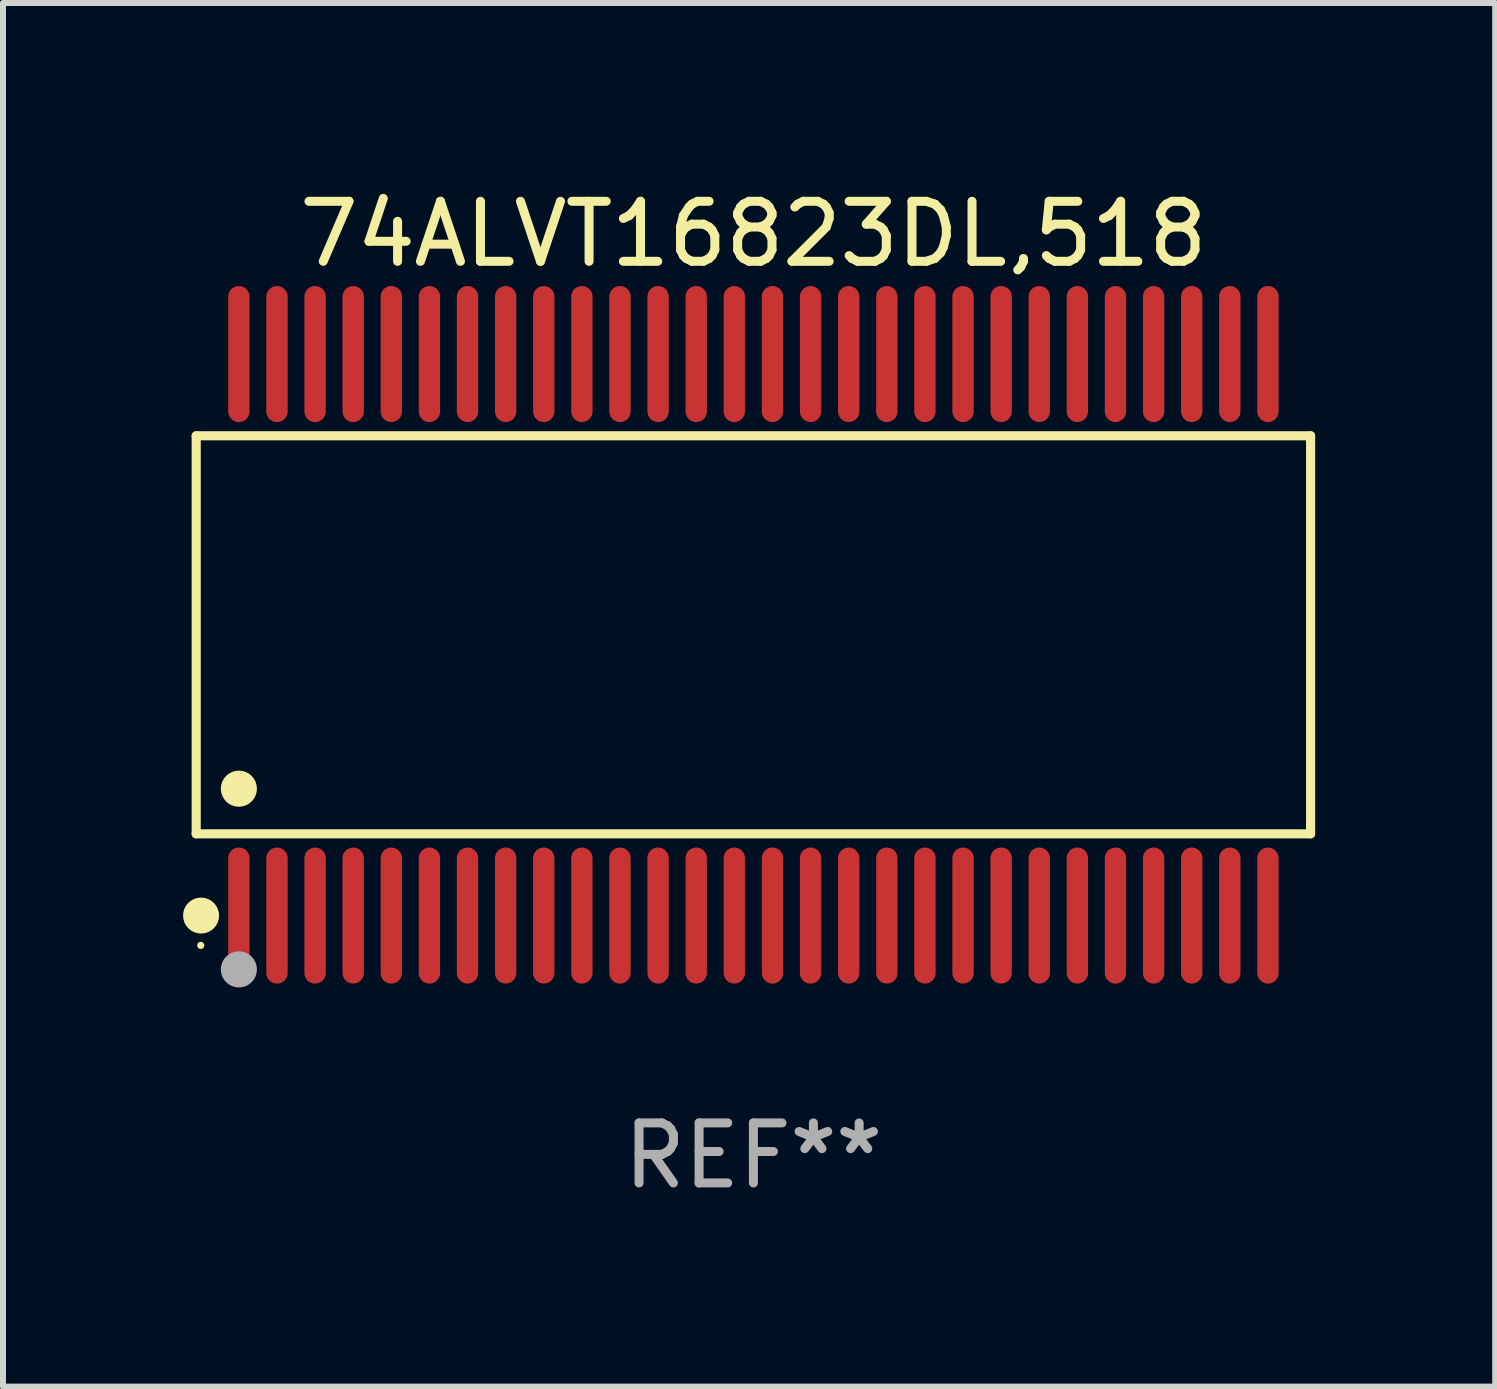
<source format=kicad_pcb>
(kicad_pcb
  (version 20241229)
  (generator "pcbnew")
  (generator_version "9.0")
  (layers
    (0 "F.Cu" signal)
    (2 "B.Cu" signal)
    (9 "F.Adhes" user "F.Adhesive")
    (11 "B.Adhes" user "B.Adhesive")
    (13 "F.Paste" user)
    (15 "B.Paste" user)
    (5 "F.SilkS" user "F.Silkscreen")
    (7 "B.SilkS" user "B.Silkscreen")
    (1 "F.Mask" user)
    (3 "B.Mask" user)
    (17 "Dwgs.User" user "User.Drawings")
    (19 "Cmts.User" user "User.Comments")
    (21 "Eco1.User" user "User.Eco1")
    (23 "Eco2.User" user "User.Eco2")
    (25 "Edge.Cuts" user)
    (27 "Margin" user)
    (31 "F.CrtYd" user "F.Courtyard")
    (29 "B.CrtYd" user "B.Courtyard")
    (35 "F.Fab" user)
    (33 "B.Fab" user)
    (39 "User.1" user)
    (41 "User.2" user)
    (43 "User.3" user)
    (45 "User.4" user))
  (footprint "74ALVT16823DL,518"
    (layer "F.Cu")
    (at 9.503 7.527)
    (property "Reference" "74ALVT16823DL,518" (at 0 -6.678 0) (layer "F.SilkS") (effects (font (size 1 1) (thickness 0.15))))
    (attr through_hole)
    (fp_line (start -9.284 -3.316) (end 9.284 -3.316) (stroke (width 0.152) (type solid)) (layer "F.SilkS"))
    (fp_line (start -9.284 3.316) (end -9.284 -3.316) (stroke (width 0.152) (type solid)) (layer "F.SilkS"))
    (fp_line (start 9.284 -3.316) (end 9.284 3.316) (stroke (width 0.152) (type solid)) (layer "F.SilkS"))
    (fp_line (start 9.284 3.316) (end -9.284 3.316) (stroke (width 0.152) (type solid)) (layer "F.SilkS"))
    (fp_circle (center -9.208 5.175) (end -9.178 5.175) (stroke (width 0.06) (type solid)) (fill no) (layer "F.SilkS"))
    (fp_circle (center -9.203 4.678) (end -9.053 4.678) (stroke (width 0.3) (type solid)) (fill no) (layer "F.SilkS"))
    (fp_circle (center -8.573 2.564) (end -8.422 2.564) (stroke (width 0.3) (type solid)) (fill no) (layer "F.SilkS"))
    (fp_circle (center -8.573 5.575) (end -8.422 5.575) (stroke (width 0.3) (type solid)) (fill no) (layer "F.Fab"))
    (fp_text user "REF**" (at 0 8.678 0) (layer "F.Fab") (effects (font (size 1 1) (thickness 0.15))))
    (pad "1" smd oval (at -8.573 4.678) (size 0.356 2.267) (layers "F.Cu" "F.Mask" "F.Paste"))
    (pad "2" smd oval (at -7.938 4.678) (size 0.356 2.267) (layers "F.Cu" "F.Mask" "F.Paste"))
    (pad "3" smd oval (at -7.303 4.678) (size 0.356 2.267) (layers "F.Cu" "F.Mask" "F.Paste"))
    (pad "4" smd oval (at -6.668 4.678) (size 0.356 2.267) (layers "F.Cu" "F.Mask" "F.Paste"))
    (pad "5" smd oval (at -6.033 4.678) (size 0.356 2.267) (layers "F.Cu" "F.Mask" "F.Paste"))
    (pad "6" smd oval (at -5.398 4.678) (size 0.356 2.267) (layers "F.Cu" "F.Mask" "F.Paste"))
    (pad "7" smd oval (at -4.763 4.678) (size 0.356 2.267) (layers "F.Cu" "F.Mask" "F.Paste"))
    (pad "8" smd oval (at -4.128 4.678) (size 0.356 2.267) (layers "F.Cu" "F.Mask" "F.Paste"))
    (pad "9" smd oval (at -3.493 4.678) (size 0.356 2.267) (layers "F.Cu" "F.Mask" "F.Paste"))
    (pad "10" smd oval (at -2.858 4.678) (size 0.356 2.267) (layers "F.Cu" "F.Mask" "F.Paste"))
    (pad "11" smd oval (at -2.223 4.678) (size 0.356 2.267) (layers "F.Cu" "F.Mask" "F.Paste"))
    (pad "12" smd oval (at -1.588 4.678) (size 0.356 2.267) (layers "F.Cu" "F.Mask" "F.Paste"))
    (pad "13" smd oval (at -0.953 4.678) (size 0.356 2.267) (layers "F.Cu" "F.Mask" "F.Paste"))
    (pad "14" smd oval (at -0.318 4.678) (size 0.356 2.267) (layers "F.Cu" "F.Mask" "F.Paste"))
    (pad "15" smd oval (at 0.318 4.678) (size 0.356 2.267) (layers "F.Cu" "F.Mask" "F.Paste"))
    (pad "16" smd oval (at 0.953 4.678) (size 0.356 2.267) (layers "F.Cu" "F.Mask" "F.Paste"))
    (pad "17" smd oval (at 1.588 4.678) (size 0.356 2.267) (layers "F.Cu" "F.Mask" "F.Paste"))
    (pad "18" smd oval (at 2.223 4.678) (size 0.356 2.267) (layers "F.Cu" "F.Mask" "F.Paste"))
    (pad "19" smd oval (at 2.858 4.678) (size 0.356 2.267) (layers "F.Cu" "F.Mask" "F.Paste"))
    (pad "20" smd oval (at 3.493 4.678) (size 0.356 2.267) (layers "F.Cu" "F.Mask" "F.Paste"))
    (pad "21" smd oval (at 4.128 4.678) (size 0.356 2.267) (layers "F.Cu" "F.Mask" "F.Paste"))
    (pad "22" smd oval (at 4.763 4.678) (size 0.356 2.267) (layers "F.Cu" "F.Mask" "F.Paste"))
    (pad "23" smd oval (at 5.398 4.678) (size 0.356 2.267) (layers "F.Cu" "F.Mask" "F.Paste"))
    (pad "24" smd oval (at 6.033 4.678) (size 0.356 2.267) (layers "F.Cu" "F.Mask" "F.Paste"))
    (pad "25" smd oval (at 6.668 4.678) (size 0.356 2.267) (layers "F.Cu" "F.Mask" "F.Paste"))
    (pad "26" smd oval (at 7.303 4.678) (size 0.356 2.267) (layers "F.Cu" "F.Mask" "F.Paste"))
    (pad "27" smd oval (at 7.938 4.678) (size 0.356 2.267) (layers "F.Cu" "F.Mask" "F.Paste"))
    (pad "28" smd oval (at 8.573 4.678) (size 0.356 2.267) (layers "F.Cu" "F.Mask" "F.Paste"))
    (pad "29" smd oval (at 8.573 -4.678) (size 0.356 2.267) (layers "F.Cu" "F.Mask" "F.Paste"))
    (pad "30" smd oval (at 7.938 -4.678) (size 0.356 2.267) (layers "F.Cu" "F.Mask" "F.Paste"))
    (pad "31" smd oval (at 7.303 -4.678) (size 0.356 2.267) (layers "F.Cu" "F.Mask" "F.Paste"))
    (pad "32" smd oval (at 6.668 -4.678) (size 0.356 2.267) (layers "F.Cu" "F.Mask" "F.Paste"))
    (pad "33" smd oval (at 6.033 -4.678) (size 0.356 2.267) (layers "F.Cu" "F.Mask" "F.Paste"))
    (pad "34" smd oval (at 5.398 -4.678) (size 0.356 2.267) (layers "F.Cu" "F.Mask" "F.Paste"))
    (pad "35" smd oval (at 4.763 -4.678) (size 0.356 2.267) (layers "F.Cu" "F.Mask" "F.Paste"))
    (pad "36" smd oval (at 4.128 -4.678) (size 0.356 2.267) (layers "F.Cu" "F.Mask" "F.Paste"))
    (pad "37" smd oval (at 3.493 -4.678) (size 0.356 2.267) (layers "F.Cu" "F.Mask" "F.Paste"))
    (pad "38" smd oval (at 2.858 -4.678) (size 0.356 2.267) (layers "F.Cu" "F.Mask" "F.Paste"))
    (pad "39" smd oval (at 2.223 -4.678) (size 0.356 2.267) (layers "F.Cu" "F.Mask" "F.Paste"))
    (pad "40" smd oval (at 1.588 -4.678) (size 0.356 2.267) (layers "F.Cu" "F.Mask" "F.Paste"))
    (pad "41" smd oval (at 0.953 -4.678) (size 0.356 2.267) (layers "F.Cu" "F.Mask" "F.Paste"))
    (pad "42" smd oval (at 0.318 -4.678) (size 0.356 2.267) (layers "F.Cu" "F.Mask" "F.Paste"))
    (pad "43" smd oval (at -0.318 -4.678) (size 0.356 2.267) (layers "F.Cu" "F.Mask" "F.Paste"))
    (pad "44" smd oval (at -0.953 -4.678) (size 0.356 2.267) (layers "F.Cu" "F.Mask" "F.Paste"))
    (pad "45" smd oval (at -1.588 -4.678) (size 0.356 2.267) (layers "F.Cu" "F.Mask" "F.Paste"))
    (pad "46" smd oval (at -2.223 -4.678) (size 0.356 2.267) (layers "F.Cu" "F.Mask" "F.Paste"))
    (pad "47" smd oval (at -2.858 -4.678) (size 0.356 2.267) (layers "F.Cu" "F.Mask" "F.Paste"))
    (pad "48" smd oval (at -3.493 -4.678) (size 0.356 2.267) (layers "F.Cu" "F.Mask" "F.Paste"))
    (pad "49" smd oval (at -4.128 -4.678) (size 0.356 2.267) (layers "F.Cu" "F.Mask" "F.Paste"))
    (pad "50" smd oval (at -4.763 -4.678) (size 0.356 2.267) (layers "F.Cu" "F.Mask" "F.Paste"))
    (pad "51" smd oval (at -5.398 -4.678) (size 0.356 2.267) (layers "F.Cu" "F.Mask" "F.Paste"))
    (pad "52" smd oval (at -6.033 -4.678) (size 0.356 2.267) (layers "F.Cu" "F.Mask" "F.Paste"))
    (pad "53" smd oval (at -6.668 -4.678) (size 0.356 2.267) (layers "F.Cu" "F.Mask" "F.Paste"))
    (pad "54" smd oval (at -7.303 -4.678) (size 0.356 2.267) (layers "F.Cu" "F.Mask" "F.Paste"))
    (pad "55" smd oval (at -7.938 -4.678) (size 0.356 2.267) (layers "F.Cu" "F.Mask" "F.Paste"))
    (pad "56" smd oval (at -8.573 -4.678) (size 0.356 2.267) (layers "F.Cu" "F.Mask" "F.Paste")))
  (gr_rect
    (start -3 -3)
    (end 21.863 20.053)
    (stroke (width 0.1) (type default))
    (fill no)
    (layer "Edge.Cuts")))
</source>
